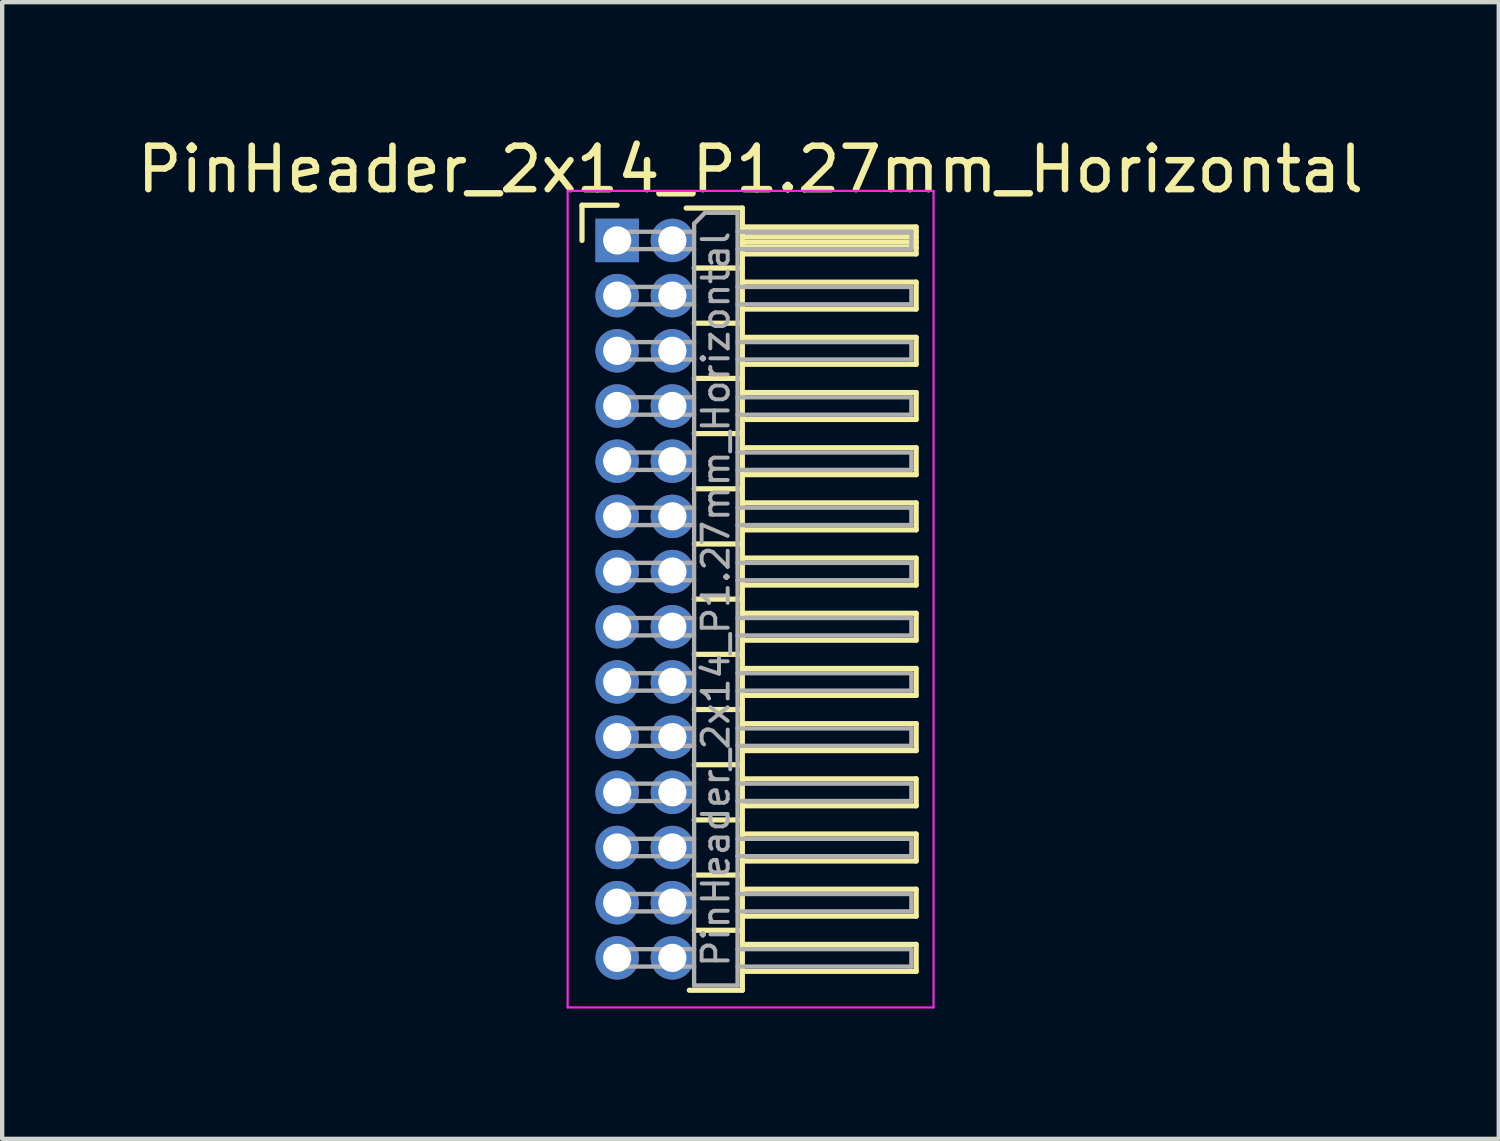
<source format=kicad_pcb>
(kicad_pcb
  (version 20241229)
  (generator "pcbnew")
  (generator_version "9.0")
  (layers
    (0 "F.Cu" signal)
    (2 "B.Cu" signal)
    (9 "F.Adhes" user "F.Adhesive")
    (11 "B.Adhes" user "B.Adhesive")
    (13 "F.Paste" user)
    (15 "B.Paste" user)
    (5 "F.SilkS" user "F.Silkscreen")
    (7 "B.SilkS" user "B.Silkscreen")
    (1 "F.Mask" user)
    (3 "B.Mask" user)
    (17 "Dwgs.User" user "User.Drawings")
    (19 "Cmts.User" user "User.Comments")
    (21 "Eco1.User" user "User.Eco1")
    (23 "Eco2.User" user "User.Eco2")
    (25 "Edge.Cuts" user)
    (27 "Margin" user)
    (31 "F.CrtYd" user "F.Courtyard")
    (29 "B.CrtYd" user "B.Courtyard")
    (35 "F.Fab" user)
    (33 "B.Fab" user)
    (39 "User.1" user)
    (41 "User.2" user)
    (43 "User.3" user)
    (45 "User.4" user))
  (footprint "PinHeader_2x14_P1.27mm_Horizontal"
    (layer "F.Cu")
    (at 11.153 2.483)
    (property "Reference" "PinHeader_2x14_P1.27mm_Horizontal" (at 3.067 -1.635 0) (layer "F.SilkS") (effects (font (size 1 1) (thickness 0.15))))
    (attr through_hole)
    (fp_line (start -0.81 -0.81) (end 0 -0.81) (stroke (width 0.12) (type solid)) (layer "F.SilkS"))
    (fp_line (start -0.81 0) (end -0.81 -0.81) (stroke (width 0.12) (type solid)) (layer "F.SilkS"))
    (fp_line (start 1.588 -0.745) (end 2.88 -0.745) (stroke (width 0.12) (type solid)) (layer "F.SilkS"))
    (fp_line (start 1.773 0.635) (end 2.88 0.635) (stroke (width 0.12) (type solid)) (layer "F.SilkS"))
    (fp_line (start 1.773 1.905) (end 2.88 1.905) (stroke (width 0.12) (type solid)) (layer "F.SilkS"))
    (fp_line (start 1.773 3.175) (end 2.88 3.175) (stroke (width 0.12) (type solid)) (layer "F.SilkS"))
    (fp_line (start 1.773 4.445) (end 2.88 4.445) (stroke (width 0.12) (type solid)) (layer "F.SilkS"))
    (fp_line (start 1.773 5.715) (end 2.88 5.715) (stroke (width 0.12) (type solid)) (layer "F.SilkS"))
    (fp_line (start 1.773 6.985) (end 2.88 6.985) (stroke (width 0.12) (type solid)) (layer "F.SilkS"))
    (fp_line (start 1.773 8.255) (end 2.88 8.255) (stroke (width 0.12) (type solid)) (layer "F.SilkS"))
    (fp_line (start 1.773 9.525) (end 2.88 9.525) (stroke (width 0.12) (type solid)) (layer "F.SilkS"))
    (fp_line (start 1.773 10.795) (end 2.88 10.795) (stroke (width 0.12) (type solid)) (layer "F.SilkS"))
    (fp_line (start 1.773 12.065) (end 2.88 12.065) (stroke (width 0.12) (type solid)) (layer "F.SilkS"))
    (fp_line (start 1.773 13.335) (end 2.88 13.335) (stroke (width 0.12) (type solid)) (layer "F.SilkS"))
    (fp_line (start 1.773 14.605) (end 2.88 14.605) (stroke (width 0.12) (type solid)) (layer "F.SilkS"))
    (fp_line (start 1.773 15.875) (end 2.88 15.875) (stroke (width 0.12) (type solid)) (layer "F.SilkS"))
    (fp_line (start 2.88 -0.745) (end 2.88 17.255) (stroke (width 0.12) (type solid)) (layer "F.SilkS"))
    (fp_line (start 2.88 -0.31) (end 6.88 -0.31) (stroke (width 0.12) (type solid)) (layer "F.SilkS"))
    (fp_line (start 2.88 -0.2) (end 6.88 -0.2) (stroke (width 0.12) (type solid)) (layer "F.SilkS"))
    (fp_line (start 2.88 -0.08) (end 6.88 -0.08) (stroke (width 0.12) (type solid)) (layer "F.SilkS"))
    (fp_line (start 2.88 0.04) (end 6.88 0.04) (stroke (width 0.12) (type solid)) (layer "F.SilkS"))
    (fp_line (start 2.88 0.16) (end 6.88 0.16) (stroke (width 0.12) (type solid)) (layer "F.SilkS"))
    (fp_line (start 2.88 0.96) (end 6.88 0.96) (stroke (width 0.12) (type solid)) (layer "F.SilkS"))
    (fp_line (start 2.88 2.23) (end 6.88 2.23) (stroke (width 0.12) (type solid)) (layer "F.SilkS"))
    (fp_line (start 2.88 3.5) (end 6.88 3.5) (stroke (width 0.12) (type solid)) (layer "F.SilkS"))
    (fp_line (start 2.88 4.77) (end 6.88 4.77) (stroke (width 0.12) (type solid)) (layer "F.SilkS"))
    (fp_line (start 2.88 6.04) (end 6.88 6.04) (stroke (width 0.12) (type solid)) (layer "F.SilkS"))
    (fp_line (start 2.88 7.31) (end 6.88 7.31) (stroke (width 0.12) (type solid)) (layer "F.SilkS"))
    (fp_line (start 2.88 8.58) (end 6.88 8.58) (stroke (width 0.12) (type solid)) (layer "F.SilkS"))
    (fp_line (start 2.88 9.85) (end 6.88 9.85) (stroke (width 0.12) (type solid)) (layer "F.SilkS"))
    (fp_line (start 2.88 11.12) (end 6.88 11.12) (stroke (width 0.12) (type solid)) (layer "F.SilkS"))
    (fp_line (start 2.88 12.39) (end 6.88 12.39) (stroke (width 0.12) (type solid)) (layer "F.SilkS"))
    (fp_line (start 2.88 13.66) (end 6.88 13.66) (stroke (width 0.12) (type solid)) (layer "F.SilkS"))
    (fp_line (start 2.88 14.93) (end 6.88 14.93) (stroke (width 0.12) (type solid)) (layer "F.SilkS"))
    (fp_line (start 2.88 16.2) (end 6.88 16.2) (stroke (width 0.12) (type solid)) (layer "F.SilkS"))
    (fp_line (start 2.88 17.255) (end 1.66 17.255) (stroke (width 0.12) (type solid)) (layer "F.SilkS"))
    (fp_line (start 6.88 -0.31) (end 6.88 0.31) (stroke (width 0.12) (type solid)) (layer "F.SilkS"))
    (fp_line (start 6.88 0.31) (end 2.88 0.31) (stroke (width 0.12) (type solid)) (layer "F.SilkS"))
    (fp_line (start 6.88 0.96) (end 6.88 1.58) (stroke (width 0.12) (type solid)) (layer "F.SilkS"))
    (fp_line (start 6.88 1.58) (end 2.88 1.58) (stroke (width 0.12) (type solid)) (layer "F.SilkS"))
    (fp_line (start 6.88 2.23) (end 6.88 2.85) (stroke (width 0.12) (type solid)) (layer "F.SilkS"))
    (fp_line (start 6.88 2.85) (end 2.88 2.85) (stroke (width 0.12) (type solid)) (layer "F.SilkS"))
    (fp_line (start 6.88 3.5) (end 6.88 4.12) (stroke (width 0.12) (type solid)) (layer "F.SilkS"))
    (fp_line (start 6.88 4.12) (end 2.88 4.12) (stroke (width 0.12) (type solid)) (layer "F.SilkS"))
    (fp_line (start 6.88 4.77) (end 6.88 5.39) (stroke (width 0.12) (type solid)) (layer "F.SilkS"))
    (fp_line (start 6.88 5.39) (end 2.88 5.39) (stroke (width 0.12) (type solid)) (layer "F.SilkS"))
    (fp_line (start 6.88 6.04) (end 6.88 6.66) (stroke (width 0.12) (type solid)) (layer "F.SilkS"))
    (fp_line (start 6.88 6.66) (end 2.88 6.66) (stroke (width 0.12) (type solid)) (layer "F.SilkS"))
    (fp_line (start 6.88 7.31) (end 6.88 7.93) (stroke (width 0.12) (type solid)) (layer "F.SilkS"))
    (fp_line (start 6.88 7.93) (end 2.88 7.93) (stroke (width 0.12) (type solid)) (layer "F.SilkS"))
    (fp_line (start 6.88 8.58) (end 6.88 9.2) (stroke (width 0.12) (type solid)) (layer "F.SilkS"))
    (fp_line (start 6.88 9.2) (end 2.88 9.2) (stroke (width 0.12) (type solid)) (layer "F.SilkS"))
    (fp_line (start 6.88 9.85) (end 6.88 10.47) (stroke (width 0.12) (type solid)) (layer "F.SilkS"))
    (fp_line (start 6.88 10.47) (end 2.88 10.47) (stroke (width 0.12) (type solid)) (layer "F.SilkS"))
    (fp_line (start 6.88 11.12) (end 6.88 11.74) (stroke (width 0.12) (type solid)) (layer "F.SilkS"))
    (fp_line (start 6.88 11.74) (end 2.88 11.74) (stroke (width 0.12) (type solid)) (layer "F.SilkS"))
    (fp_line (start 6.88 12.39) (end 6.88 13.01) (stroke (width 0.12) (type solid)) (layer "F.SilkS"))
    (fp_line (start 6.88 13.01) (end 2.88 13.01) (stroke (width 0.12) (type solid)) (layer "F.SilkS"))
    (fp_line (start 6.88 13.66) (end 6.88 14.28) (stroke (width 0.12) (type solid)) (layer "F.SilkS"))
    (fp_line (start 6.88 14.28) (end 2.88 14.28) (stroke (width 0.12) (type solid)) (layer "F.SilkS"))
    (fp_line (start 6.88 14.93) (end 6.88 15.55) (stroke (width 0.12) (type solid)) (layer "F.SilkS"))
    (fp_line (start 6.88 15.55) (end 2.88 15.55) (stroke (width 0.12) (type solid)) (layer "F.SilkS"))
    (fp_line (start 6.88 16.2) (end 6.88 16.82) (stroke (width 0.12) (type solid)) (layer "F.SilkS"))
    (fp_line (start 6.88 16.82) (end 2.88 16.82) (stroke (width 0.12) (type solid)) (layer "F.SilkS"))
    (fp_line (start -1.14 -1.14) (end -1.14 17.65) (stroke (width 0.05) (type solid)) (layer "F.CrtYd"))
    (fp_line (start -1.14 17.65) (end 7.28 17.65) (stroke (width 0.05) (type solid)) (layer "F.CrtYd"))
    (fp_line (start 7.28 -1.14) (end -1.14 -1.14) (stroke (width 0.05) (type solid)) (layer "F.CrtYd"))
    (fp_line (start 7.28 17.65) (end 7.28 -1.14) (stroke (width 0.05) (type solid)) (layer "F.CrtYd"))
    (fp_line (start -0.2 -0.2) (end -0.2 0.2) (stroke (width 0.1) (type solid)) (layer "F.Fab"))
    (fp_line (start -0.2 -0.2) (end 1.77 -0.2) (stroke (width 0.1) (type solid)) (layer "F.Fab"))
    (fp_line (start -0.2 0.2) (end 1.77 0.2) (stroke (width 0.1) (type solid)) (layer "F.Fab"))
    (fp_line (start -0.2 1.07) (end -0.2 1.47) (stroke (width 0.1) (type solid)) (layer "F.Fab"))
    (fp_line (start -0.2 1.07) (end 1.77 1.07) (stroke (width 0.1) (type solid)) (layer "F.Fab"))
    (fp_line (start -0.2 1.47) (end 1.77 1.47) (stroke (width 0.1) (type solid)) (layer "F.Fab"))
    (fp_line (start -0.2 2.34) (end -0.2 2.74) (stroke (width 0.1) (type solid)) (layer "F.Fab"))
    (fp_line (start -0.2 2.34) (end 1.77 2.34) (stroke (width 0.1) (type solid)) (layer "F.Fab"))
    (fp_line (start -0.2 2.74) (end 1.77 2.74) (stroke (width 0.1) (type solid)) (layer "F.Fab"))
    (fp_line (start -0.2 3.61) (end -0.2 4.01) (stroke (width 0.1) (type solid)) (layer "F.Fab"))
    (fp_line (start -0.2 3.61) (end 1.77 3.61) (stroke (width 0.1) (type solid)) (layer "F.Fab"))
    (fp_line (start -0.2 4.01) (end 1.77 4.01) (stroke (width 0.1) (type solid)) (layer "F.Fab"))
    (fp_line (start -0.2 4.88) (end -0.2 5.28) (stroke (width 0.1) (type solid)) (layer "F.Fab"))
    (fp_line (start -0.2 4.88) (end 1.77 4.88) (stroke (width 0.1) (type solid)) (layer "F.Fab"))
    (fp_line (start -0.2 5.28) (end 1.77 5.28) (stroke (width 0.1) (type solid)) (layer "F.Fab"))
    (fp_line (start -0.2 6.15) (end -0.2 6.55) (stroke (width 0.1) (type solid)) (layer "F.Fab"))
    (fp_line (start -0.2 6.15) (end 1.77 6.15) (stroke (width 0.1) (type solid)) (layer "F.Fab"))
    (fp_line (start -0.2 6.55) (end 1.77 6.55) (stroke (width 0.1) (type solid)) (layer "F.Fab"))
    (fp_line (start -0.2 7.42) (end -0.2 7.82) (stroke (width 0.1) (type solid)) (layer "F.Fab"))
    (fp_line (start -0.2 7.42) (end 1.77 7.42) (stroke (width 0.1) (type solid)) (layer "F.Fab"))
    (fp_line (start -0.2 7.82) (end 1.77 7.82) (stroke (width 0.1) (type solid)) (layer "F.Fab"))
    (fp_line (start -0.2 8.69) (end -0.2 9.09) (stroke (width 0.1) (type solid)) (layer "F.Fab"))
    (fp_line (start -0.2 8.69) (end 1.77 8.69) (stroke (width 0.1) (type solid)) (layer "F.Fab"))
    (fp_line (start -0.2 9.09) (end 1.77 9.09) (stroke (width 0.1) (type solid)) (layer "F.Fab"))
    (fp_line (start -0.2 9.96) (end -0.2 10.36) (stroke (width 0.1) (type solid)) (layer "F.Fab"))
    (fp_line (start -0.2 9.96) (end 1.77 9.96) (stroke (width 0.1) (type solid)) (layer "F.Fab"))
    (fp_line (start -0.2 10.36) (end 1.77 10.36) (stroke (width 0.1) (type solid)) (layer "F.Fab"))
    (fp_line (start -0.2 11.23) (end -0.2 11.63) (stroke (width 0.1) (type solid)) (layer "F.Fab"))
    (fp_line (start -0.2 11.23) (end 1.77 11.23) (stroke (width 0.1) (type solid)) (layer "F.Fab"))
    (fp_line (start -0.2 11.63) (end 1.77 11.63) (stroke (width 0.1) (type solid)) (layer "F.Fab"))
    (fp_line (start -0.2 12.5) (end -0.2 12.9) (stroke (width 0.1) (type solid)) (layer "F.Fab"))
    (fp_line (start -0.2 12.5) (end 1.77 12.5) (stroke (width 0.1) (type solid)) (layer "F.Fab"))
    (fp_line (start -0.2 12.9) (end 1.77 12.9) (stroke (width 0.1) (type solid)) (layer "F.Fab"))
    (fp_line (start -0.2 13.77) (end -0.2 14.17) (stroke (width 0.1) (type solid)) (layer "F.Fab"))
    (fp_line (start -0.2 13.77) (end 1.77 13.77) (stroke (width 0.1) (type solid)) (layer "F.Fab"))
    (fp_line (start -0.2 14.17) (end 1.77 14.17) (stroke (width 0.1) (type solid)) (layer "F.Fab"))
    (fp_line (start -0.2 15.04) (end -0.2 15.44) (stroke (width 0.1) (type solid)) (layer "F.Fab"))
    (fp_line (start -0.2 15.04) (end 1.77 15.04) (stroke (width 0.1) (type solid)) (layer "F.Fab"))
    (fp_line (start -0.2 15.44) (end 1.77 15.44) (stroke (width 0.1) (type solid)) (layer "F.Fab"))
    (fp_line (start -0.2 16.31) (end -0.2 16.71) (stroke (width 0.1) (type solid)) (layer "F.Fab"))
    (fp_line (start -0.2 16.31) (end 1.77 16.31) (stroke (width 0.1) (type solid)) (layer "F.Fab"))
    (fp_line (start -0.2 16.71) (end 1.77 16.71) (stroke (width 0.1) (type solid)) (layer "F.Fab"))
    (fp_line (start 1.77 -0.385) (end 2.02 -0.635) (stroke (width 0.1) (type solid)) (layer "F.Fab"))
    (fp_line (start 1.77 17.145) (end 1.77 -0.385) (stroke (width 0.1) (type solid)) (layer "F.Fab"))
    (fp_line (start 2.02 -0.635) (end 2.77 -0.635) (stroke (width 0.1) (type solid)) (layer "F.Fab"))
    (fp_line (start 2.77 -0.635) (end 2.77 17.145) (stroke (width 0.1) (type solid)) (layer "F.Fab"))
    (fp_line (start 2.77 -0.2) (end 6.77 -0.2) (stroke (width 0.1) (type solid)) (layer "F.Fab"))
    (fp_line (start 2.77 0.2) (end 6.77 0.2) (stroke (width 0.1) (type solid)) (layer "F.Fab"))
    (fp_line (start 2.77 1.07) (end 6.77 1.07) (stroke (width 0.1) (type solid)) (layer "F.Fab"))
    (fp_line (start 2.77 1.47) (end 6.77 1.47) (stroke (width 0.1) (type solid)) (layer "F.Fab"))
    (fp_line (start 2.77 2.34) (end 6.77 2.34) (stroke (width 0.1) (type solid)) (layer "F.Fab"))
    (fp_line (start 2.77 2.74) (end 6.77 2.74) (stroke (width 0.1) (type solid)) (layer "F.Fab"))
    (fp_line (start 2.77 3.61) (end 6.77 3.61) (stroke (width 0.1) (type solid)) (layer "F.Fab"))
    (fp_line (start 2.77 4.01) (end 6.77 4.01) (stroke (width 0.1) (type solid)) (layer "F.Fab"))
    (fp_line (start 2.77 4.88) (end 6.77 4.88) (stroke (width 0.1) (type solid)) (layer "F.Fab"))
    (fp_line (start 2.77 5.28) (end 6.77 5.28) (stroke (width 0.1) (type solid)) (layer "F.Fab"))
    (fp_line (start 2.77 6.15) (end 6.77 6.15) (stroke (width 0.1) (type solid)) (layer "F.Fab"))
    (fp_line (start 2.77 6.55) (end 6.77 6.55) (stroke (width 0.1) (type solid)) (layer "F.Fab"))
    (fp_line (start 2.77 7.42) (end 6.77 7.42) (stroke (width 0.1) (type solid)) (layer "F.Fab"))
    (fp_line (start 2.77 7.82) (end 6.77 7.82) (stroke (width 0.1) (type solid)) (layer "F.Fab"))
    (fp_line (start 2.77 8.69) (end 6.77 8.69) (stroke (width 0.1) (type solid)) (layer "F.Fab"))
    (fp_line (start 2.77 9.09) (end 6.77 9.09) (stroke (width 0.1) (type solid)) (layer "F.Fab"))
    (fp_line (start 2.77 9.96) (end 6.77 9.96) (stroke (width 0.1) (type solid)) (layer "F.Fab"))
    (fp_line (start 2.77 10.36) (end 6.77 10.36) (stroke (width 0.1) (type solid)) (layer "F.Fab"))
    (fp_line (start 2.77 11.23) (end 6.77 11.23) (stroke (width 0.1) (type solid)) (layer "F.Fab"))
    (fp_line (start 2.77 11.63) (end 6.77 11.63) (stroke (width 0.1) (type solid)) (layer "F.Fab"))
    (fp_line (start 2.77 12.5) (end 6.77 12.5) (stroke (width 0.1) (type solid)) (layer "F.Fab"))
    (fp_line (start 2.77 12.9) (end 6.77 12.9) (stroke (width 0.1) (type solid)) (layer "F.Fab"))
    (fp_line (start 2.77 13.77) (end 6.77 13.77) (stroke (width 0.1) (type solid)) (layer "F.Fab"))
    (fp_line (start 2.77 14.17) (end 6.77 14.17) (stroke (width 0.1) (type solid)) (layer "F.Fab"))
    (fp_line (start 2.77 15.04) (end 6.77 15.04) (stroke (width 0.1) (type solid)) (layer "F.Fab"))
    (fp_line (start 2.77 15.44) (end 6.77 15.44) (stroke (width 0.1) (type solid)) (layer "F.Fab"))
    (fp_line (start 2.77 16.31) (end 6.77 16.31) (stroke (width 0.1) (type solid)) (layer "F.Fab"))
    (fp_line (start 2.77 16.71) (end 6.77 16.71) (stroke (width 0.1) (type solid)) (layer "F.Fab"))
    (fp_line (start 2.77 17.145) (end 1.77 17.145) (stroke (width 0.1) (type solid)) (layer "F.Fab"))
    (fp_line (start 6.77 -0.2) (end 6.77 0.2) (stroke (width 0.1) (type solid)) (layer "F.Fab"))
    (fp_line (start 6.77 1.07) (end 6.77 1.47) (stroke (width 0.1) (type solid)) (layer "F.Fab"))
    (fp_line (start 6.77 2.34) (end 6.77 2.74) (stroke (width 0.1) (type solid)) (layer "F.Fab"))
    (fp_line (start 6.77 3.61) (end 6.77 4.01) (stroke (width 0.1) (type solid)) (layer "F.Fab"))
    (fp_line (start 6.77 4.88) (end 6.77 5.28) (stroke (width 0.1) (type solid)) (layer "F.Fab"))
    (fp_line (start 6.77 6.15) (end 6.77 6.55) (stroke (width 0.1) (type solid)) (layer "F.Fab"))
    (fp_line (start 6.77 7.42) (end 6.77 7.82) (stroke (width 0.1) (type solid)) (layer "F.Fab"))
    (fp_line (start 6.77 8.69) (end 6.77 9.09) (stroke (width 0.1) (type solid)) (layer "F.Fab"))
    (fp_line (start 6.77 9.96) (end 6.77 10.36) (stroke (width 0.1) (type solid)) (layer "F.Fab"))
    (fp_line (start 6.77 11.23) (end 6.77 11.63) (stroke (width 0.1) (type solid)) (layer "F.Fab"))
    (fp_line (start 6.77 12.5) (end 6.77 12.9) (stroke (width 0.1) (type solid)) (layer "F.Fab"))
    (fp_line (start 6.77 13.77) (end 6.77 14.17) (stroke (width 0.1) (type solid)) (layer "F.Fab"))
    (fp_line (start 6.77 15.04) (end 6.77 15.44) (stroke (width 0.1) (type solid)) (layer "F.Fab"))
    (fp_line (start 6.77 16.31) (end 6.77 16.71) (stroke (width 0.1) (type solid)) (layer "F.Fab"))
    (fp_text user "${REFERENCE}" (at 2.27 8.255 90) (layer "F.Fab") (effects (font (size 0.6 0.6) (thickness 0.09))))
    (pad "1" thru_hole rect (at 0 0) (size 1 1) (drill 0.65) (layers "*.Cu" "*.Mask"))
    (pad "2" thru_hole circle (at 1.27 0) (size 1 1) (drill 0.65) (layers "*.Cu" "*.Mask"))
    (pad "3" thru_hole circle (at 0 1.27) (size 1 1) (drill 0.65) (layers "*.Cu" "*.Mask"))
    (pad "4" thru_hole circle (at 1.27 1.27) (size 1 1) (drill 0.65) (layers "*.Cu" "*.Mask"))
    (pad "5" thru_hole circle (at 0 2.54) (size 1 1) (drill 0.65) (layers "*.Cu" "*.Mask"))
    (pad "6" thru_hole circle (at 1.27 2.54) (size 1 1) (drill 0.65) (layers "*.Cu" "*.Mask"))
    (pad "7" thru_hole circle (at 0 3.81) (size 1 1) (drill 0.65) (layers "*.Cu" "*.Mask"))
    (pad "8" thru_hole circle (at 1.27 3.81) (size 1 1) (drill 0.65) (layers "*.Cu" "*.Mask"))
    (pad "9" thru_hole circle (at 0 5.08) (size 1 1) (drill 0.65) (layers "*.Cu" "*.Mask"))
    (pad "10" thru_hole circle (at 1.27 5.08) (size 1 1) (drill 0.65) (layers "*.Cu" "*.Mask"))
    (pad "11" thru_hole circle (at 0 6.35) (size 1 1) (drill 0.65) (layers "*.Cu" "*.Mask"))
    (pad "12" thru_hole circle (at 1.27 6.35) (size 1 1) (drill 0.65) (layers "*.Cu" "*.Mask"))
    (pad "13" thru_hole circle (at 0 7.62) (size 1 1) (drill 0.65) (layers "*.Cu" "*.Mask"))
    (pad "14" thru_hole circle (at 1.27 7.62) (size 1 1) (drill 0.65) (layers "*.Cu" "*.Mask"))
    (pad "15" thru_hole circle (at 0 8.89) (size 1 1) (drill 0.65) (layers "*.Cu" "*.Mask"))
    (pad "16" thru_hole circle (at 1.27 8.89) (size 1 1) (drill 0.65) (layers "*.Cu" "*.Mask"))
    (pad "17" thru_hole circle (at 0 10.16) (size 1 1) (drill 0.65) (layers "*.Cu" "*.Mask"))
    (pad "18" thru_hole circle (at 1.27 10.16) (size 1 1) (drill 0.65) (layers "*.Cu" "*.Mask"))
    (pad "19" thru_hole circle (at 0 11.43) (size 1 1) (drill 0.65) (layers "*.Cu" "*.Mask"))
    (pad "20" thru_hole circle (at 1.27 11.43) (size 1 1) (drill 0.65) (layers "*.Cu" "*.Mask"))
    (pad "21" thru_hole circle (at 0 12.7) (size 1 1) (drill 0.65) (layers "*.Cu" "*.Mask"))
    (pad "22" thru_hole circle (at 1.27 12.7) (size 1 1) (drill 0.65) (layers "*.Cu" "*.Mask"))
    (pad "23" thru_hole circle (at 0 13.97) (size 1 1) (drill 0.65) (layers "*.Cu" "*.Mask"))
    (pad "24" thru_hole circle (at 1.27 13.97) (size 1 1) (drill 0.65) (layers "*.Cu" "*.Mask"))
    (pad "25" thru_hole circle (at 0 15.24) (size 1 1) (drill 0.65) (layers "*.Cu" "*.Mask"))
    (pad "26" thru_hole circle (at 1.27 15.24) (size 1 1) (drill 0.65) (layers "*.Cu" "*.Mask"))
    (pad "27" thru_hole circle (at 0 16.51) (size 1 1) (drill 0.65) (layers "*.Cu" "*.Mask"))
    (pad "28" thru_hole circle (at 1.27 16.51) (size 1 1) (drill 0.65) (layers "*.Cu" "*.Mask")))
  (gr_rect
    (start -3 -3)
    (end 31.44 23.158)
    (stroke (width 0.1) (type default))
    (fill no)
    (layer "Edge.Cuts")))
</source>
